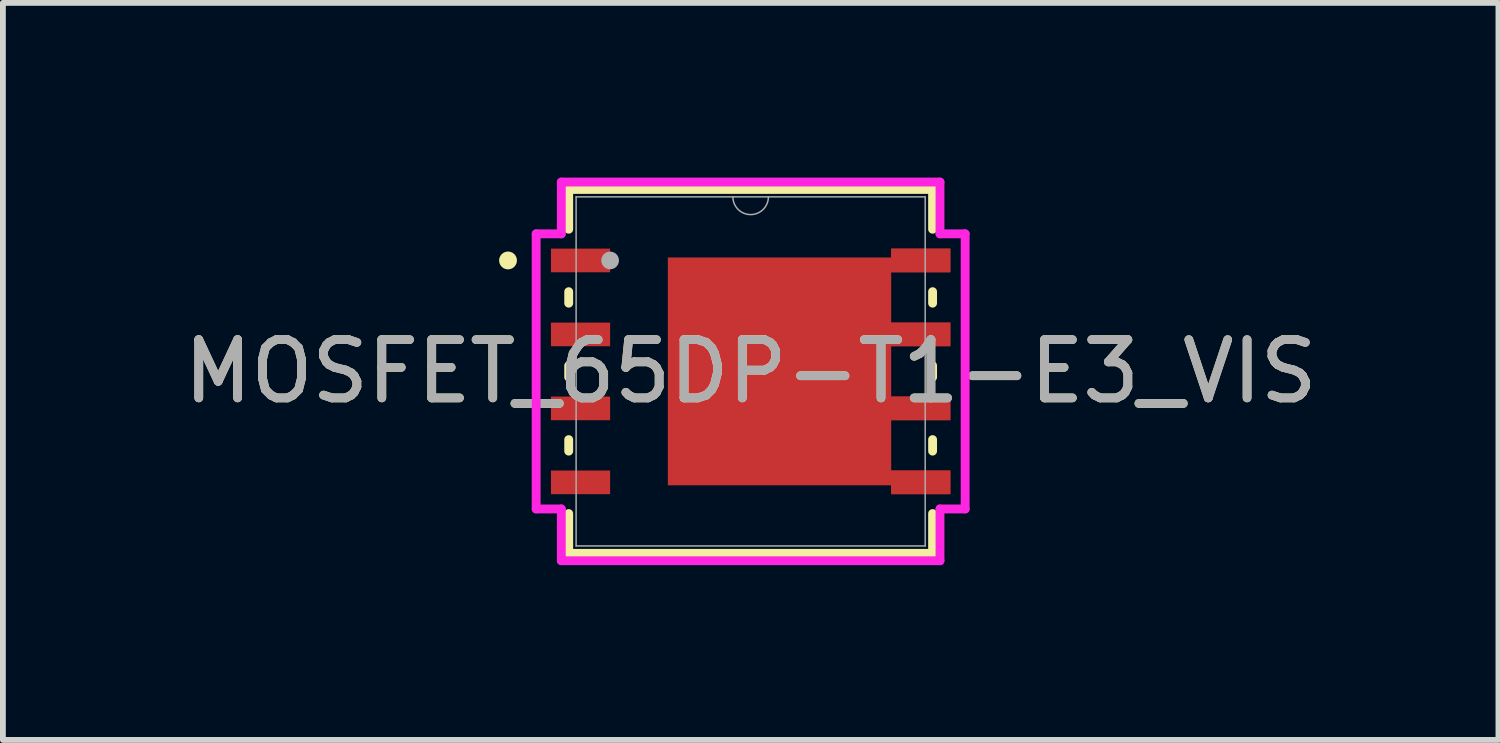
<source format=kicad_pcb>
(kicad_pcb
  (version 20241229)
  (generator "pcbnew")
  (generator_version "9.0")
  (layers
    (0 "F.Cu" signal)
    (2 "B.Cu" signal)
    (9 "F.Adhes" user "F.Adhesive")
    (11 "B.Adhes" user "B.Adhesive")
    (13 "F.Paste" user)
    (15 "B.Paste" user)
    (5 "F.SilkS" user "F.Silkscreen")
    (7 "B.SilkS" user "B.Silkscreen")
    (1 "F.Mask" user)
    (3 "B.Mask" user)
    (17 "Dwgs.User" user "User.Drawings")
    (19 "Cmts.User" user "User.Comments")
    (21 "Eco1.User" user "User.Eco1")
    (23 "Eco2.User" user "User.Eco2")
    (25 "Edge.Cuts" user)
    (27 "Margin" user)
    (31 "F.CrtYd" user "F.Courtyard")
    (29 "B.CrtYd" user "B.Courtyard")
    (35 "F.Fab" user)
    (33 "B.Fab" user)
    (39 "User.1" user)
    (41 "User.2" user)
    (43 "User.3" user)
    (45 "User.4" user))
  (footprint "MOSFET_65DP-T1-E3_VIS"
    (layer "F.Cu")
    (at 9.839 3.327)
    (property "Reference" "MOSFET_65DP-T1-E3_VIS" (at 0 0 0) (unlocked yes) (layer "F.SilkS") (effects (font (size 1 1) (thickness 0.15))))
    (attr smd)
    (fp_poly (pts (xy -1.422 -1.956) (xy 2.413 -1.956) (xy 2.413 -2.108) (xy 3.429 -2.108) (xy 3.429 -1.702) (xy 2.413 -1.702) (xy 2.413 -0.838) (xy 3.429 -0.838) (xy 3.429 -0.432) (xy 2.413 -0.432) (xy 2.413 0.432) (xy 3.429 0.432) (xy 3.429 0.838) (xy 2.413 0.838) (xy 2.413 1.702) (xy 3.429 1.702) (xy 3.429 2.108) (xy 2.413 2.108) (xy 2.413 1.956) (xy -1.422 1.956)) (stroke (width 0) (type solid)) (fill yes) (layer "F.Cu"))
    (fp_poly (pts (xy -1.422 -1.956) (xy 2.413 -1.956) (xy 2.413 -2.108) (xy 3.429 -2.108) (xy 3.429 -1.702) (xy 2.413 -1.702) (xy 2.413 -0.838) (xy 3.429 -0.838) (xy 3.429 -0.432) (xy 2.413 -0.432) (xy 2.413 0.432) (xy 3.429 0.432) (xy 3.429 0.838) (xy 2.413 0.838) (xy 2.413 1.702) (xy 3.429 1.702) (xy 3.429 2.108) (xy 2.413 2.108) (xy 2.413 1.956) (xy -1.422 1.956)) (stroke (width 0) (type solid)) (fill yes) (layer "F.Mask"))
    (fp_line (start -3.124 -3.124) (end -3.124 -2.441) (stroke (width 0.152) (type solid)) (layer "F.SilkS"))
    (fp_line (start -3.124 -1.369) (end -3.124 -1.171) (stroke (width 0.152) (type solid)) (layer "F.SilkS"))
    (fp_line (start -3.124 -0.099) (end -3.124 0.099) (stroke (width 0.152) (type solid)) (layer "F.SilkS"))
    (fp_line (start -3.124 1.171) (end -3.124 1.369) (stroke (width 0.152) (type solid)) (layer "F.SilkS"))
    (fp_line (start -3.124 2.441) (end -3.124 3.124) (stroke (width 0.152) (type solid)) (layer "F.SilkS"))
    (fp_line (start -3.124 3.124) (end 3.124 3.124) (stroke (width 0.152) (type solid)) (layer "F.SilkS"))
    (fp_line (start 3.124 -3.124) (end -3.124 -3.124) (stroke (width 0.152) (type solid)) (layer "F.SilkS"))
    (fp_line (start 3.124 -2.441) (end 3.124 -3.124) (stroke (width 0.152) (type solid)) (layer "F.SilkS"))
    (fp_line (start 3.124 -1.171) (end 3.124 -1.369) (stroke (width 0.152) (type solid)) (layer "F.SilkS"))
    (fp_line (start 3.124 0.099) (end 3.124 -0.099) (stroke (width 0.152) (type solid)) (layer "F.SilkS"))
    (fp_line (start 3.124 1.369) (end 3.124 1.171) (stroke (width 0.152) (type solid)) (layer "F.SilkS"))
    (fp_line (start 3.124 3.124) (end 3.124 2.441) (stroke (width 0.152) (type solid)) (layer "F.SilkS"))
    (fp_circle (center -4.166 -1.905) (end -4.089 -1.905) (stroke (width 0.152) (type solid)) (fill no) (layer "F.SilkS"))
    (fp_poly (pts (xy -1.818 -1.856) (xy -1.818 -0.752) (xy -0.739 -0.752) (xy -0.739 -1.856)) (stroke (width 0) (type solid)) (fill yes) (layer "F.Paste"))
    (fp_poly (pts (xy -1.818 -0.552) (xy -1.818 0.552) (xy -0.739 0.552) (xy -0.739 -0.552)) (stroke (width 0) (type solid)) (fill yes) (layer "F.Paste"))
    (fp_poly (pts (xy -1.818 0.752) (xy -1.818 1.856) (xy -0.739 1.856) (xy -0.739 0.752)) (stroke (width 0) (type solid)) (fill yes) (layer "F.Paste"))
    (fp_poly (pts (xy -0.539 -1.856) (xy -0.539 -0.752) (xy 0.539 -0.752) (xy 0.539 -1.856)) (stroke (width 0) (type solid)) (fill yes) (layer "F.Paste"))
    (fp_poly (pts (xy -0.539 -0.552) (xy -0.539 0.552) (xy 0.539 0.552) (xy 0.539 -0.552)) (stroke (width 0) (type solid)) (fill yes) (layer "F.Paste"))
    (fp_poly (pts (xy -0.539 0.752) (xy -0.539 1.856) (xy 0.539 1.856) (xy 0.539 0.752)) (stroke (width 0) (type solid)) (fill yes) (layer "F.Paste"))
    (fp_poly (pts (xy 0.739 -1.856) (xy 0.739 -0.752) (xy 1.818 -0.752) (xy 1.818 -1.856)) (stroke (width 0) (type solid)) (fill yes) (layer "F.Paste"))
    (fp_poly (pts (xy 0.739 -0.552) (xy 0.739 0.552) (xy 1.818 0.552) (xy 1.818 -0.552)) (stroke (width 0) (type solid)) (fill yes) (layer "F.Paste"))
    (fp_poly (pts (xy 0.739 0.752) (xy 0.739 1.856) (xy 1.818 1.856) (xy 1.818 0.752)) (stroke (width 0) (type solid)) (fill yes) (layer "F.Paste"))
    (fp_poly (pts (xy 3.429 -2.108) (xy 3.429 -1.702) (xy 2.413 -1.702) (xy 2.413 -0.838) (xy 3.429 -0.838) (xy 3.429 -0.432) (xy 2.413 -0.432) (xy 2.413 0.432) (xy 3.429 0.432) (xy 3.429 0.838) (xy 2.413 0.838) (xy 2.413 1.702) (xy 3.429 1.702) (xy 3.429 2.108) (xy 2.413 2.108) (xy 2.413 1.956) (xy -1.422 1.956) (xy -1.422 -1.956) (xy 2.413 -1.956) (xy 2.413 -2.108)) (stroke (width 0) (type solid)) (fill yes) (layer "F.Paste"))
    (fp_line (start -3.683 -2.362) (end -3.251 -2.362) (stroke (width 0.152) (type solid)) (layer "F.CrtYd"))
    (fp_line (start -3.683 2.362) (end -3.683 -2.362) (stroke (width 0.152) (type solid)) (layer "F.CrtYd"))
    (fp_line (start -3.683 2.362) (end -3.251 2.362) (stroke (width 0.152) (type solid)) (layer "F.CrtYd"))
    (fp_line (start -3.251 -3.251) (end 3.251 -3.251) (stroke (width 0.152) (type solid)) (layer "F.CrtYd"))
    (fp_line (start -3.251 -2.362) (end -3.251 -3.251) (stroke (width 0.152) (type solid)) (layer "F.CrtYd"))
    (fp_line (start -3.251 3.251) (end -3.251 2.362) (stroke (width 0.152) (type solid)) (layer "F.CrtYd"))
    (fp_line (start 3.251 -3.251) (end 3.251 -2.362) (stroke (width 0.152) (type solid)) (layer "F.CrtYd"))
    (fp_line (start 3.251 2.362) (end 3.251 3.251) (stroke (width 0.152) (type solid)) (layer "F.CrtYd"))
    (fp_line (start 3.251 3.251) (end -3.251 3.251) (stroke (width 0.152) (type solid)) (layer "F.CrtYd"))
    (fp_line (start 3.683 -2.362) (end 3.251 -2.362) (stroke (width 0.152) (type solid)) (layer "F.CrtYd"))
    (fp_line (start 3.683 -2.362) (end 3.683 2.362) (stroke (width 0.152) (type solid)) (layer "F.CrtYd"))
    (fp_line (start 3.683 2.362) (end 3.251 2.362) (stroke (width 0.152) (type solid)) (layer "F.CrtYd"))
    (fp_line (start -2.997 -2.997) (end -2.997 2.997) (stroke (width 0.025) (type solid)) (layer "F.Fab"))
    (fp_line (start -2.997 2.997) (end 2.997 2.997) (stroke (width 0.025) (type solid)) (layer "F.Fab"))
    (fp_line (start 2.997 -2.997) (end -2.997 -2.997) (stroke (width 0.025) (type solid)) (layer "F.Fab"))
    (fp_line (start 2.997 2.997) (end 2.997 -2.997) (stroke (width 0.025) (type solid)) (layer "F.Fab"))
    (fp_arc (start 0.3048 -2.9972) (mid 0 -2.6924) (end -0.3048 -2.9972) (stroke (width 0.0254) (type solid)) (layer "F.Fab"))
    (fp_circle (center -2.413 -1.905) (end -2.413 -1.905) (stroke (width 0.152) (type solid)) (fill no) (layer "F.Fab"))
    (fp_text user "${REFERENCE}" (at 0 0 0) (unlocked yes) (layer "F.Fab") (effects (font (size 1 1) (thickness 0.15))))
    (pad "1" smd rect (at -2.921 -1.905) (size 1.016 0.406) (layers "F.Cu" "F.Mask" "F.Paste"))
    (pad "2" smd rect (at -2.921 -0.635) (size 1.016 0.406) (layers "F.Cu" "F.Mask" "F.Paste"))
    (pad "3" smd rect (at -2.921 0.635) (size 1.016 0.406) (layers "F.Cu" "F.Mask" "F.Paste"))
    (pad "4" smd rect (at -2.921 1.905) (size 1.016 0.406) (layers "F.Cu" "F.Mask" "F.Paste"))
    (pad "5" smd rect (at 2.921 1.905) (size 1.016 0.406) (layers "F.Cu" "F.Mask" "F.Paste"))
    (pad "6" smd rect (at 2.921 0.635) (size 1.016 0.406) (layers "F.Cu" "F.Mask" "F.Paste"))
    (pad "7" smd rect (at 2.921 -0.635) (size 1.016 0.406) (layers "F.Cu" "F.Mask" "F.Paste"))
    (pad "8" smd rect (at 2.921 -1.905) (size 1.016 0.406) (layers "F.Cu" "F.Mask" "F.Paste")))
  (gr_rect
    (start -3 -3)
    (end 22.679 9.655)
    (stroke (width 0.1) (type default))
    (fill no)
    (layer "Edge.Cuts")))
</source>
